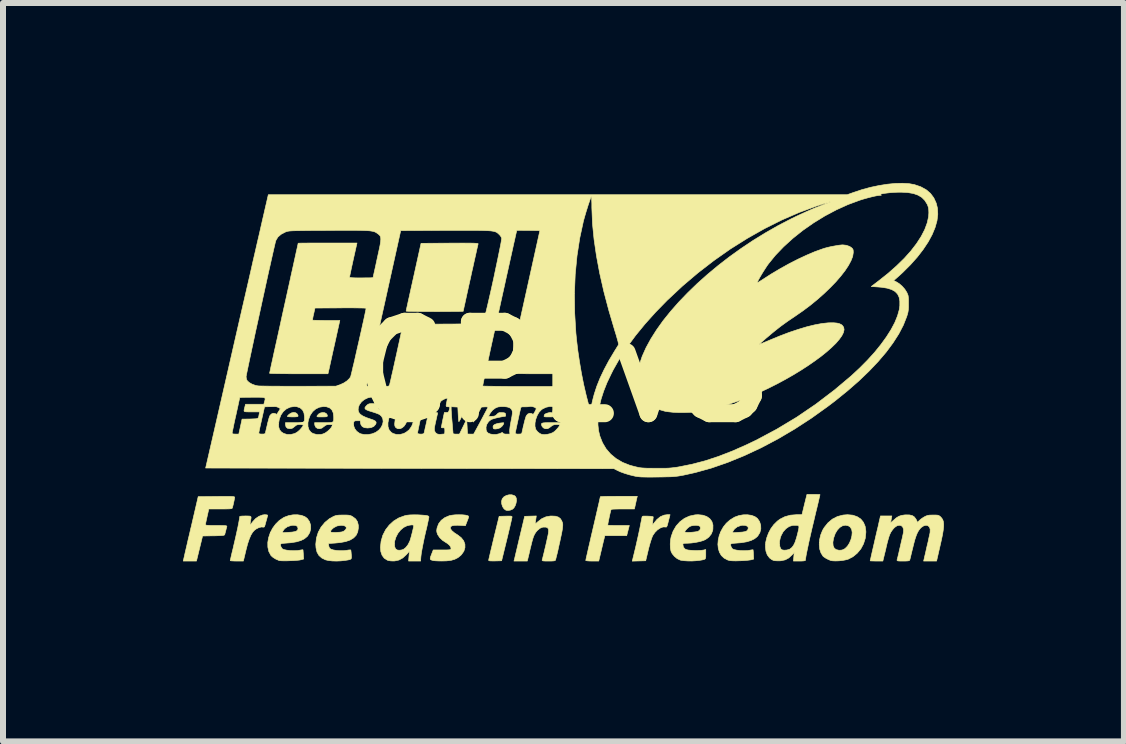
<source format=kicad_pcb>
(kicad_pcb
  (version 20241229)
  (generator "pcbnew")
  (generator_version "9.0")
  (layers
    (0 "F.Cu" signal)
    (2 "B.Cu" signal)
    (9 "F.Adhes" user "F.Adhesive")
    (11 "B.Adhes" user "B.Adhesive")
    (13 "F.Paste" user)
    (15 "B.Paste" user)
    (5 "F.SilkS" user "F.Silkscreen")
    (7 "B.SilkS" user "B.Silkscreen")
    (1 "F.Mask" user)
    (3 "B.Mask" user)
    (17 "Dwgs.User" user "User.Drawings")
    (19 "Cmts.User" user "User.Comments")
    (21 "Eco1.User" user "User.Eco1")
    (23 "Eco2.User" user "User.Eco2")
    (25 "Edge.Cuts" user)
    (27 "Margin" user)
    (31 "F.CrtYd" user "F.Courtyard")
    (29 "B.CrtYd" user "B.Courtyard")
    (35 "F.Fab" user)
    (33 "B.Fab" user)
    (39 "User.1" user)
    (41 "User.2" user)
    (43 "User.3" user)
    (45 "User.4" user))
  (footprint "GPLv3"
    (layer "F.Cu")
    (at 6.344 3.149)
    (property "Reference" "GPLv3" (at 0 0 0) (layer "F.SilkS") (effects (font (size 1.524 1.524) (thickness 0.3))))
    (attr through_hole)
    (fp_poly (pts (xy -4.463 0.683) (xy -4.44 0.701) (xy -4.427 0.723) (xy -4.425 0.738) (xy -4.437 0.747) (xy -4.466 0.75) (xy -4.514 0.751) (xy -4.514 0.751) (xy -4.554 0.75) (xy -4.586 0.748) (xy -4.602 0.744) (xy -4.604 0.742) (xy -4.596 0.729) (xy -4.578 0.711) (xy -4.571 0.705) (xy -4.535 0.684) (xy -4.497 0.676) (xy -4.463 0.683)) (stroke (width 0.01) (type solid)) (fill yes) (layer "F.SilkS"))
    (fp_poly (pts (xy -3.982 0.681) (xy -3.955 0.695) (xy -3.939 0.718) (xy -3.937 0.734) (xy -3.94 0.742) (xy -3.951 0.748) (xy -3.974 0.75) (xy -4.013 0.751) (xy -4.027 0.751) (xy -4.071 0.751) (xy -4.097 0.75) (xy -4.109 0.746) (xy -4.11 0.739) (xy -4.107 0.731) (xy -4.083 0.703) (xy -4.051 0.685) (xy -4.016 0.678) (xy -3.982 0.681)) (stroke (width 0.01) (type solid)) (fill yes) (layer "F.SilkS"))
    (fp_poly (pts (xy -2.641 0.684) (xy -2.616 0.704) (xy -2.605 0.74) (xy -2.604 0.763) (xy -2.611 0.815) (xy -2.629 0.863) (xy -2.656 0.903) (xy -2.689 0.932) (xy -2.725 0.948) (xy -2.761 0.948) (xy -2.778 0.94) (xy -2.802 0.922) (xy -2.812 0.9) (xy -2.815 0.868) (xy -2.808 0.807) (xy -2.789 0.755) (xy -2.759 0.713) (xy -2.722 0.687) (xy -2.68 0.677) (xy -2.641 0.684)) (stroke (width 0.01) (type solid)) (fill yes) (layer "F.SilkS"))
    (fp_poly (pts (xy -0.998 0.849) (xy -0.995 0.851) (xy -1.003 0.876) (xy -1.023 0.904) (xy -1.05 0.928) (xy -1.062 0.935) (xy -1.096 0.947) (xy -1.13 0.952) (xy -1.157 0.951) (xy -1.168 0.945) (xy -1.173 0.93) (xy -1.175 0.913) (xy -1.168 0.892) (xy -1.145 0.876) (xy -1.14 0.874) (xy -1.114 0.865) (xy -1.08 0.857) (xy -1.046 0.852) (xy -1.016 0.849) (xy -0.998 0.849)) (stroke (width 0.01) (type solid)) (fill yes) (layer "F.SilkS"))
    (fp_poly (pts (xy -0.821 2.062) (xy -0.803 2.075) (xy -0.788 2.104) (xy -0.784 2.144) (xy -0.791 2.188) (xy -0.806 2.232) (xy -0.828 2.269) (xy -0.85 2.289) (xy -0.887 2.305) (xy -0.928 2.311) (xy -0.959 2.307) (xy -0.991 2.284) (xy -1.016 2.247) (xy -1.03 2.203) (xy -1.033 2.157) (xy -1.022 2.117) (xy -0.994 2.084) (xy -0.954 2.061) (xy -0.908 2.049) (xy -0.862 2.049) (xy -0.821 2.062)) (stroke (width 0.01) (type solid)) (fill yes) (layer "F.SilkS"))
    (fp_poly (pts (xy -0.183 0.684) (xy -0.163 0.703) (xy -0.159 0.727) (xy -0.16 0.739) (xy -0.166 0.746) (xy -0.182 0.75) (xy -0.212 0.751) (xy -0.245 0.751) (xy -0.287 0.751) (xy -0.312 0.749) (xy -0.323 0.744) (xy -0.325 0.737) (xy -0.324 0.735) (xy -0.318 0.718) (xy -0.318 0.714) (xy -0.308 0.704) (xy -0.286 0.693) (xy -0.257 0.684) (xy -0.229 0.678) (xy -0.22 0.677) (xy -0.183 0.684)) (stroke (width 0.01) (type solid)) (fill yes) (layer "F.SilkS"))
    (fp_poly (pts (xy -0.885 2.404) (xy -0.867 2.407) (xy -0.859 2.412) (xy -0.858 2.421) (xy -0.861 2.435) (xy -0.868 2.468) (xy -0.879 2.516) (xy -0.893 2.577) (xy -0.91 2.648) (xy -0.929 2.728) (xy -0.945 2.794) (xy -1.032 3.149) (xy -1.14 3.152) (xy -1.192 3.152) (xy -1.225 3.151) (xy -1.243 3.148) (xy -1.248 3.141) (xy -1.248 3.141) (xy -1.246 3.128) (xy -1.239 3.097) (xy -1.228 3.05) (xy -1.214 2.989) (xy -1.197 2.919) (xy -1.178 2.839) (xy -1.161 2.768) (xy -1.073 2.408) (xy -0.965 2.405) (xy -0.916 2.404) (xy -0.885 2.404)) (stroke (width 0.01) (type solid)) (fill yes) (layer "F.SilkS"))
    (fp_poly (pts (xy -1.604 -2.146) (xy -1.541 -2.146) (xy -1.494 -2.145) (xy -1.46 -2.143) (xy -1.438 -2.141) (xy -1.426 -2.138) (xy -1.423 -2.135) (xy -1.426 -2.123) (xy -1.433 -2.093) (xy -1.444 -2.046) (xy -1.457 -1.986) (xy -1.473 -1.915) (xy -1.491 -1.835) (xy -1.51 -1.748) (xy -1.531 -1.656) (xy -1.551 -1.563) (xy -1.572 -1.47) (xy -1.592 -1.379) (xy -1.611 -1.293) (xy -1.628 -1.215) (xy -1.643 -1.145) (xy -1.656 -1.088) (xy -1.665 -1.045) (xy -1.671 -1.018) (xy -1.672 -1.01) (xy -1.682 -1.009) (xy -1.712 -1.008) (xy -1.758 -1.007) (xy -1.819 -1.007) (xy -1.893 -1.006) (xy -1.977 -1.006) (xy -2.07 -1.005) (xy -2.148 -1.005) (xy -2.247 -1.006) (xy -2.338 -1.006) (xy -2.42 -1.007) (xy -2.491 -1.008) (xy -2.55 -1.009) (xy -2.592 -1.01) (xy -2.618 -1.012) (xy -2.624 -1.013) (xy -2.622 -1.025) (xy -2.616 -1.055) (xy -2.605 -1.102) (xy -2.592 -1.164) (xy -2.575 -1.239) (xy -2.556 -1.326) (xy -2.535 -1.421) (xy -2.512 -1.524) (xy -2.499 -1.582) (xy -2.375 -2.143) (xy -1.897 -2.146) (xy -1.78 -2.146) (xy -1.683 -2.147) (xy -1.604 -2.146)) (stroke (width 0.01) (type solid)) (fill yes) (layer "F.SilkS"))
    (fp_poly (pts (xy 1.749 2.487) (xy 1.737 2.534) (xy 1.728 2.565) (xy 1.72 2.581) (xy 1.712 2.588) (xy 1.701 2.587) (xy 1.698 2.586) (xy 1.657 2.586) (xy 1.613 2.603) (xy 1.567 2.633) (xy 1.525 2.675) (xy 1.49 2.725) (xy 1.485 2.735) (xy 1.473 2.764) (xy 1.458 2.808) (xy 1.441 2.863) (xy 1.424 2.925) (xy 1.413 2.969) (xy 1.37 3.149) (xy 1.258 3.152) (xy 1.146 3.155) (xy 1.192 2.966) (xy 1.21 2.89) (xy 1.229 2.805) (xy 1.248 2.721) (xy 1.264 2.645) (xy 1.271 2.614) (xy 1.282 2.556) (xy 1.292 2.504) (xy 1.301 2.462) (xy 1.306 2.434) (xy 1.308 2.426) (xy 1.311 2.414) (xy 1.319 2.407) (xy 1.335 2.404) (xy 1.364 2.404) (xy 1.405 2.405) (xy 1.449 2.407) (xy 1.48 2.411) (xy 1.495 2.417) (xy 1.496 2.418) (xy 1.494 2.434) (xy 1.491 2.463) (xy 1.488 2.492) (xy 1.485 2.527) (xy 1.485 2.543) (xy 1.488 2.545) (xy 1.497 2.533) (xy 1.5 2.53) (xy 1.557 2.461) (xy 1.615 2.414) (xy 1.677 2.388) (xy 1.727 2.381) (xy 1.776 2.381) (xy 1.749 2.487)) (stroke (width 0.01) (type solid)) (fill yes) (layer "F.SilkS"))
    (fp_poly (pts (xy -4.953 2.383) (xy -4.935 2.387) (xy -4.932 2.39) (xy -4.935 2.404) (xy -4.942 2.432) (xy -4.947 2.451) (xy -4.959 2.493) (xy -4.971 2.536) (xy -4.974 2.548) (xy -4.983 2.577) (xy -4.993 2.588) (xy -5.006 2.588) (xy -5.039 2.586) (xy -5.08 2.597) (xy -5.122 2.618) (xy -5.153 2.641) (xy -5.184 2.676) (xy -5.213 2.725) (xy -5.24 2.789) (xy -5.267 2.87) (xy -5.293 2.97) (xy -5.297 2.987) (xy -5.337 3.154) (xy -5.446 3.154) (xy -5.492 3.153) (xy -5.528 3.151) (xy -5.551 3.149) (xy -5.556 3.147) (xy -5.554 3.135) (xy -5.547 3.105) (xy -5.537 3.061) (xy -5.524 3.005) (xy -5.508 2.941) (xy -5.499 2.9) (xy -5.481 2.824) (xy -5.463 2.745) (xy -5.446 2.668) (xy -5.43 2.595) (xy -5.417 2.53) (xy -5.407 2.475) (xy -5.4 2.435) (xy -5.398 2.412) (xy -5.397 2.411) (xy -5.388 2.407) (xy -5.361 2.404) (xy -5.324 2.403) (xy -5.302 2.402) (xy -5.255 2.403) (xy -5.226 2.405) (xy -5.212 2.413) (xy -5.208 2.431) (xy -5.213 2.461) (xy -5.218 2.487) (xy -5.223 2.519) (xy -5.225 2.541) (xy -5.224 2.548) (xy -5.216 2.542) (xy -5.2 2.523) (xy -5.181 2.498) (xy -5.133 2.446) (xy -5.077 2.408) (xy -5.019 2.386) (xy -4.982 2.381) (xy -4.953 2.383)) (stroke (width 0.01) (type solid)) (fill yes) (layer "F.SilkS"))
    (fp_poly (pts (xy 4.822 2.389) (xy 4.895 2.414) (xy 4.955 2.453) (xy 4.999 2.507) (xy 5.028 2.574) (xy 5.04 2.655) (xy 5.04 2.678) (xy 5.03 2.775) (xy 5.001 2.867) (xy 4.956 2.951) (xy 4.896 3.023) (xy 4.824 3.082) (xy 4.745 3.123) (xy 4.704 3.134) (xy 4.651 3.144) (xy 4.593 3.15) (xy 4.536 3.152) (xy 4.488 3.15) (xy 4.456 3.145) (xy 4.416 3.129) (xy 4.375 3.108) (xy 4.342 3.086) (xy 4.326 3.073) (xy 4.292 3.019) (xy 4.27 2.953) (xy 4.263 2.879) (xy 4.265 2.842) (xy 4.49 2.842) (xy 4.494 2.897) (xy 4.512 2.937) (xy 4.544 2.963) (xy 4.592 2.974) (xy 4.603 2.974) (xy 4.644 2.97) (xy 4.68 2.954) (xy 4.696 2.943) (xy 4.734 2.905) (xy 4.766 2.855) (xy 4.791 2.796) (xy 4.807 2.735) (xy 4.812 2.677) (xy 4.804 2.628) (xy 4.801 2.622) (xy 4.778 2.586) (xy 4.747 2.566) (xy 4.699 2.556) (xy 4.651 2.566) (xy 4.606 2.593) (xy 4.565 2.637) (xy 4.53 2.694) (xy 4.505 2.764) (xy 4.502 2.772) (xy 4.49 2.842) (xy 4.265 2.842) (xy 4.268 2.8) (xy 4.287 2.719) (xy 4.318 2.642) (xy 4.345 2.596) (xy 4.409 2.516) (xy 4.483 2.454) (xy 4.567 2.411) (xy 4.66 2.387) (xy 4.735 2.381) (xy 4.822 2.389)) (stroke (width 0.01) (type solid)) (fill yes) (layer "F.SilkS"))
    (fp_poly (pts (xy -5.573 2.076) (xy -5.534 2.077) (xy -5.507 2.079) (xy -5.492 2.082) (xy -5.484 2.086) (xy -5.482 2.089) (xy -5.484 2.106) (xy -5.49 2.138) (xy -5.498 2.176) (xy -5.507 2.216) (xy -5.516 2.251) (xy -5.52 2.267) (xy -5.524 2.274) (xy -5.533 2.279) (xy -5.549 2.282) (xy -5.575 2.284) (xy -5.616 2.285) (xy -5.672 2.286) (xy -5.719 2.286) (xy -5.913 2.286) (xy -5.941 2.41) (xy -5.952 2.46) (xy -5.961 2.502) (xy -5.967 2.533) (xy -5.969 2.548) (xy -5.964 2.553) (xy -5.947 2.557) (xy -5.915 2.559) (xy -5.868 2.561) (xy -5.801 2.561) (xy -5.788 2.561) (xy -5.723 2.561) (xy -5.675 2.562) (xy -5.643 2.563) (xy -5.624 2.566) (xy -5.615 2.57) (xy -5.612 2.575) (xy -5.613 2.58) (xy -5.619 2.601) (xy -5.627 2.633) (xy -5.63 2.646) (xy -5.639 2.679) (xy -5.646 2.705) (xy -5.647 2.712) (xy -5.651 2.718) (xy -5.661 2.723) (xy -5.678 2.727) (xy -5.707 2.729) (xy -5.751 2.731) (xy -5.811 2.733) (xy -5.835 2.733) (xy -6.017 2.736) (xy -6.068 2.945) (xy -6.119 3.154) (xy -6.339 3.154) (xy -6.333 3.125) (xy -6.329 3.109) (xy -6.321 3.074) (xy -6.31 3.024) (xy -6.295 2.959) (xy -6.277 2.882) (xy -6.257 2.794) (xy -6.234 2.699) (xy -6.211 2.598) (xy -6.208 2.588) (xy -6.09 2.08) (xy -5.786 2.077) (xy -5.697 2.076) (xy -5.626 2.076) (xy -5.573 2.076)) (stroke (width 0.01) (type solid)) (fill yes) (layer "F.SilkS"))
    (fp_poly (pts (xy 1.224 2.098) (xy 1.219 2.119) (xy 1.211 2.154) (xy 1.202 2.196) (xy 1.2 2.204) (xy 1.182 2.286) (xy 0.988 2.286) (xy 0.92 2.286) (xy 0.87 2.287) (xy 0.835 2.288) (xy 0.812 2.29) (xy 0.799 2.294) (xy 0.792 2.299) (xy 0.789 2.307) (xy 0.788 2.31) (xy 0.775 2.364) (xy 0.763 2.418) (xy 0.753 2.468) (xy 0.744 2.51) (xy 0.739 2.541) (xy 0.739 2.555) (xy 0.739 2.556) (xy 0.751 2.558) (xy 0.78 2.559) (xy 0.824 2.56) (xy 0.877 2.561) (xy 0.921 2.561) (xy 1.097 2.561) (xy 1.075 2.646) (xy 1.053 2.731) (xy 0.689 2.731) (xy 0.679 2.77) (xy 0.673 2.794) (xy 0.663 2.834) (xy 0.651 2.885) (xy 0.637 2.944) (xy 0.628 2.982) (xy 0.587 3.154) (xy 0.479 3.154) (xy 0.431 3.153) (xy 0.395 3.15) (xy 0.374 3.146) (xy 0.37 3.144) (xy 0.373 3.132) (xy 0.379 3.101) (xy 0.39 3.054) (xy 0.404 2.992) (xy 0.421 2.917) (xy 0.441 2.832) (xy 0.462 2.738) (xy 0.486 2.637) (xy 0.492 2.61) (xy 0.516 2.508) (xy 0.538 2.413) (xy 0.558 2.326) (xy 0.576 2.248) (xy 0.591 2.184) (xy 0.602 2.133) (xy 0.61 2.098) (xy 0.614 2.082) (xy 0.614 2.081) (xy 0.624 2.079) (xy 0.653 2.078) (xy 0.697 2.076) (xy 0.755 2.075) (xy 0.824 2.075) (xy 0.9 2.074) (xy 0.922 2.074) (xy 1.23 2.074) (xy 1.224 2.098)) (stroke (width 0.01) (type solid)) (fill yes) (layer "F.SilkS"))
    (fp_poly (pts (xy -1.684 2.383) (xy -1.635 2.388) (xy -1.616 2.393) (xy -1.597 2.398) (xy -1.586 2.404) (xy -1.582 2.415) (xy -1.586 2.435) (xy -1.598 2.468) (xy -1.612 2.503) (xy -1.636 2.565) (xy -1.694 2.561) (xy -1.766 2.557) (xy -1.819 2.559) (xy -1.855 2.565) (xy -1.878 2.578) (xy -1.887 2.594) (xy -1.883 2.619) (xy -1.859 2.65) (xy -1.817 2.685) (xy -1.764 2.719) (xy -1.705 2.765) (xy -1.665 2.816) (xy -1.644 2.872) (xy -1.643 2.93) (xy -1.661 2.989) (xy -1.699 3.044) (xy -1.713 3.059) (xy -1.76 3.097) (xy -1.813 3.124) (xy -1.875 3.142) (xy -1.951 3.151) (xy -2.03 3.153) (xy -2.082 3.152) (xy -2.128 3.15) (xy -2.164 3.147) (xy -2.182 3.143) (xy -2.207 3.135) (xy -2.22 3.125) (xy -2.222 3.108) (xy -2.215 3.08) (xy -2.202 3.046) (xy -2.172 2.969) (xy -2.026 2.969) (xy -1.967 2.969) (xy -1.927 2.968) (xy -1.9 2.966) (xy -1.885 2.962) (xy -1.878 2.957) (xy -1.876 2.948) (xy -1.875 2.947) (xy -1.881 2.919) (xy -1.903 2.888) (xy -1.937 2.86) (xy -1.959 2.846) (xy -2.015 2.81) (xy -2.063 2.765) (xy -2.095 2.717) (xy -2.102 2.703) (xy -2.112 2.67) (xy -2.114 2.642) (xy -2.109 2.607) (xy -2.107 2.599) (xy -2.082 2.532) (xy -2.039 2.475) (xy -1.979 2.43) (xy -1.904 2.398) (xy -1.901 2.397) (xy -1.859 2.389) (xy -1.804 2.383) (xy -1.743 2.382) (xy -1.684 2.383)) (stroke (width 0.01) (type solid)) (fill yes) (layer "F.SilkS"))
    (fp_poly (pts (xy -2.421 2.384) (xy -2.354 2.388) (xy -2.306 2.392) (xy -2.273 2.397) (xy -2.254 2.404) (xy -2.245 2.413) (xy -2.244 2.421) (xy -2.246 2.436) (xy -2.253 2.468) (xy -2.263 2.514) (xy -2.275 2.571) (xy -2.29 2.635) (xy -2.297 2.662) (xy -2.321 2.767) (xy -2.341 2.865) (xy -2.358 2.952) (xy -2.371 3.026) (xy -2.378 3.085) (xy -2.381 3.125) (xy -2.381 3.154) (xy -2.583 3.154) (xy -2.576 3.072) (xy -2.569 2.99) (xy -2.62 3.047) (xy -2.68 3.102) (xy -2.744 3.137) (xy -2.813 3.152) (xy -2.842 3.153) (xy -2.882 3.151) (xy -2.919 3.145) (xy -2.937 3.139) (xy -2.989 3.106) (xy -3.025 3.057) (xy -3.046 2.995) (xy -3.052 2.926) (xy -3.045 2.86) (xy -2.818 2.86) (xy -2.815 2.913) (xy -2.801 2.949) (xy -2.774 2.969) (xy -2.74 2.974) (xy -2.704 2.97) (xy -2.671 2.96) (xy -2.667 2.958) (xy -2.629 2.928) (xy -2.593 2.882) (xy -2.563 2.823) (xy -2.56 2.816) (xy -2.551 2.786) (xy -2.539 2.745) (xy -2.527 2.698) (xy -2.515 2.65) (xy -2.505 2.607) (xy -2.499 2.575) (xy -2.498 2.561) (xy -2.507 2.553) (xy -2.532 2.551) (xy -2.569 2.556) (xy -2.61 2.566) (xy -2.665 2.593) (xy -2.716 2.636) (xy -2.76 2.691) (xy -2.793 2.754) (xy -2.814 2.82) (xy -2.818 2.86) (xy -3.045 2.86) (xy -3.041 2.822) (xy -3.012 2.723) (xy -2.966 2.633) (xy -2.905 2.554) (xy -2.831 2.486) (xy -2.745 2.434) (xy -2.649 2.399) (xy -2.617 2.391) (xy -2.562 2.385) (xy -2.49 2.383) (xy -2.421 2.384)) (stroke (width 0.01) (type solid)) (fill yes) (layer "F.SilkS"))
    (fp_poly (pts (xy -4.37 2.392) (xy -4.313 2.413) (xy -4.273 2.442) (xy -4.235 2.495) (xy -4.216 2.556) (xy -4.215 2.619) (xy -4.231 2.68) (xy -4.265 2.735) (xy -4.274 2.745) (xy -4.319 2.782) (xy -4.377 2.811) (xy -4.451 2.833) (xy -4.541 2.848) (xy -4.617 2.854) (xy -4.666 2.858) (xy -4.698 2.862) (xy -4.714 2.87) (xy -4.719 2.883) (xy -4.714 2.903) (xy -4.709 2.919) (xy -4.689 2.949) (xy -4.664 2.962) (xy -4.616 2.972) (xy -4.557 2.979) (xy -4.494 2.981) (xy -4.436 2.979) (xy -4.409 2.975) (xy -4.375 2.969) (xy -4.352 2.966) (xy -4.344 2.966) (xy -4.342 2.977) (xy -4.34 3.004) (xy -4.337 3.04) (xy -4.337 3.044) (xy -4.332 3.12) (xy -4.375 3.132) (xy -4.404 3.138) (xy -4.447 3.142) (xy -4.499 3.146) (xy -4.557 3.148) (xy -4.614 3.15) (xy -4.667 3.15) (xy -4.709 3.149) (xy -4.737 3.146) (xy -4.741 3.145) (xy -4.795 3.122) (xy -4.841 3.094) (xy -4.875 3.064) (xy -4.879 3.058) (xy -4.913 2.994) (xy -4.929 2.921) (xy -4.93 2.843) (xy -4.916 2.763) (xy -4.889 2.683) (xy -4.888 2.681) (xy -4.69 2.681) (xy -4.584 2.675) (xy -4.525 2.671) (xy -4.483 2.664) (xy -4.455 2.655) (xy -4.45 2.652) (xy -4.43 2.632) (xy -4.426 2.606) (xy -4.426 2.606) (xy -4.438 2.576) (xy -4.467 2.56) (xy -4.511 2.557) (xy -4.54 2.561) (xy -4.602 2.581) (xy -4.649 2.614) (xy -4.674 2.648) (xy -4.69 2.681) (xy -4.888 2.681) (xy -4.85 2.607) (xy -4.799 2.538) (xy -4.739 2.478) (xy -4.669 2.431) (xy -4.649 2.421) (xy -4.581 2.396) (xy -4.508 2.383) (xy -4.436 2.382) (xy -4.37 2.392)) (stroke (width 0.01) (type solid)) (fill yes) (layer "F.SilkS"))
    (fp_poly (pts (xy 3.134 2.392) (xy 3.19 2.413) (xy 3.231 2.442) (xy 3.268 2.495) (xy 3.287 2.556) (xy 3.289 2.619) (xy 3.273 2.68) (xy 3.239 2.735) (xy 3.23 2.745) (xy 3.185 2.782) (xy 3.126 2.811) (xy 3.053 2.833) (xy 2.963 2.848) (xy 2.887 2.854) (xy 2.837 2.858) (xy 2.806 2.862) (xy 2.789 2.87) (xy 2.785 2.883) (xy 2.79 2.903) (xy 2.795 2.919) (xy 2.814 2.949) (xy 2.84 2.962) (xy 2.887 2.972) (xy 2.947 2.979) (xy 3.01 2.981) (xy 3.068 2.979) (xy 3.095 2.975) (xy 3.128 2.969) (xy 3.152 2.966) (xy 3.16 2.966) (xy 3.161 2.977) (xy 3.164 3.004) (xy 3.166 3.04) (xy 3.166 3.045) (xy 3.17 3.121) (xy 3.128 3.133) (xy 3.101 3.137) (xy 3.059 3.142) (xy 3.006 3.146) (xy 2.949 3.149) (xy 2.937 3.149) (xy 2.873 3.151) (xy 2.825 3.15) (xy 2.789 3.148) (xy 2.76 3.143) (xy 2.736 3.136) (xy 2.677 3.105) (xy 2.631 3.062) (xy 2.599 3.007) (xy 2.58 2.944) (xy 2.573 2.875) (xy 2.579 2.802) (xy 2.596 2.728) (xy 2.615 2.681) (xy 2.813 2.681) (xy 2.919 2.675) (xy 2.98 2.671) (xy 3.023 2.664) (xy 3.05 2.654) (xy 3.053 2.653) (xy 3.073 2.63) (xy 3.08 2.603) (xy 3.072 2.58) (xy 3.067 2.575) (xy 3.03 2.559) (xy 2.981 2.557) (xy 2.954 2.562) (xy 2.895 2.584) (xy 2.851 2.618) (xy 2.83 2.648) (xy 2.813 2.681) (xy 2.615 2.681) (xy 2.625 2.655) (xy 2.664 2.586) (xy 2.714 2.523) (xy 2.775 2.469) (xy 2.845 2.426) (xy 2.854 2.421) (xy 2.923 2.396) (xy 2.996 2.383) (xy 3.067 2.382) (xy 3.134 2.392)) (stroke (width 0.01) (type solid)) (fill yes) (layer "F.SilkS"))
    (fp_poly (pts (xy -3.621 2.387) (xy -3.585 2.389) (xy -3.559 2.394) (xy -3.536 2.402) (xy -3.514 2.415) (xy -3.465 2.452) (xy -3.435 2.498) (xy -3.421 2.555) (xy -3.42 2.603) (xy -3.431 2.669) (xy -3.457 2.724) (xy -3.499 2.768) (xy -3.557 2.803) (xy -3.632 2.829) (xy -3.725 2.846) (xy -3.807 2.854) (xy -3.916 2.861) (xy -3.916 2.89) (xy -3.909 2.92) (xy -3.897 2.942) (xy -3.874 2.957) (xy -3.835 2.969) (xy -3.785 2.977) (xy -3.729 2.981) (xy -3.672 2.981) (xy -3.621 2.976) (xy -3.585 2.97) (xy -3.559 2.968) (xy -3.547 2.969) (xy -3.544 2.981) (xy -3.541 3.008) (xy -3.538 3.045) (xy -3.537 3.046) (xy -3.535 3.082) (xy -3.536 3.105) (xy -3.544 3.12) (xy -3.563 3.129) (xy -3.595 3.136) (xy -3.641 3.143) (xy -3.711 3.151) (xy -3.784 3.154) (xy -3.856 3.152) (xy -3.918 3.145) (xy -3.966 3.134) (xy -3.967 3.134) (xy -4.03 3.103) (xy -4.078 3.06) (xy -4.11 3.004) (xy -4.126 2.934) (xy -4.13 2.873) (xy -4.119 2.771) (xy -4.089 2.675) (xy -4.082 2.662) (xy -3.885 2.662) (xy -3.876 2.672) (xy -3.85 2.676) (xy -3.805 2.677) (xy -3.784 2.676) (xy -3.732 2.673) (xy -3.696 2.668) (xy -3.672 2.66) (xy -3.654 2.65) (xy -3.627 2.622) (xy -3.62 2.597) (xy -3.632 2.577) (xy -3.66 2.563) (xy -3.705 2.558) (xy -3.709 2.558) (xy -3.776 2.569) (xy -3.832 2.598) (xy -3.859 2.622) (xy -3.879 2.646) (xy -3.885 2.662) (xy -4.082 2.662) (xy -4.042 2.588) (xy -3.979 2.511) (xy -3.903 2.448) (xy -3.836 2.411) (xy -3.807 2.399) (xy -3.778 2.392) (xy -3.742 2.388) (xy -3.694 2.387) (xy -3.672 2.387) (xy -3.621 2.387)) (stroke (width 0.01) (type solid)) (fill yes) (layer "F.SilkS"))
    (fp_poly (pts (xy 2.322 2.389) (xy 2.387 2.411) (xy 2.438 2.447) (xy 2.473 2.494) (xy 2.491 2.553) (xy 2.49 2.62) (xy 2.487 2.643) (xy 2.464 2.702) (xy 2.423 2.754) (xy 2.367 2.795) (xy 2.326 2.813) (xy 2.271 2.829) (xy 2.203 2.843) (xy 2.13 2.853) (xy 2.06 2.857) (xy 2.047 2.857) (xy 2.014 2.858) (xy 1.996 2.863) (xy 1.99 2.872) (xy 1.99 2.878) (xy 1.998 2.921) (xy 2.023 2.951) (xy 2.05 2.964) (xy 2.082 2.971) (xy 2.129 2.975) (xy 2.183 2.978) (xy 2.239 2.978) (xy 2.29 2.976) (xy 2.329 2.971) (xy 2.331 2.971) (xy 2.371 2.962) (xy 2.371 3.042) (xy 2.371 3.08) (xy 2.368 3.105) (xy 2.359 3.12) (xy 2.34 3.129) (xy 2.307 3.136) (xy 2.265 3.143) (xy 2.205 3.149) (xy 2.138 3.153) (xy 2.071 3.152) (xy 2.009 3.148) (xy 1.959 3.141) (xy 1.944 3.137) (xy 1.894 3.113) (xy 1.848 3.075) (xy 1.811 3.03) (xy 1.791 2.989) (xy 1.781 2.934) (xy 1.779 2.869) (xy 1.784 2.801) (xy 1.794 2.748) (xy 1.822 2.669) (xy 2.021 2.669) (xy 2.031 2.674) (xy 2.056 2.676) (xy 2.093 2.676) (xy 2.134 2.674) (xy 2.176 2.67) (xy 2.213 2.665) (xy 2.241 2.659) (xy 2.247 2.656) (xy 2.272 2.636) (xy 2.283 2.609) (xy 2.278 2.582) (xy 2.272 2.574) (xy 2.249 2.563) (xy 2.213 2.558) (xy 2.171 2.56) (xy 2.132 2.567) (xy 2.108 2.576) (xy 2.083 2.593) (xy 2.056 2.618) (xy 2.034 2.643) (xy 2.022 2.664) (xy 2.021 2.669) (xy 1.822 2.669) (xy 1.829 2.652) (xy 1.878 2.568) (xy 1.942 2.497) (xy 2.016 2.442) (xy 2.1 2.404) (xy 2.192 2.384) (xy 2.243 2.381) (xy 2.322 2.389)) (stroke (width 0.01) (type solid)) (fill yes) (layer "F.SilkS"))
    (fp_poly (pts (xy 4.212 2.043) (xy 4.248 2.044) (xy 4.27 2.045) (xy 4.276 2.047) (xy 4.273 2.058) (xy 4.266 2.087) (xy 4.256 2.132) (xy 4.242 2.192) (xy 4.225 2.263) (xy 4.205 2.344) (xy 4.184 2.433) (xy 4.175 2.473) (xy 4.145 2.597) (xy 4.118 2.714) (xy 4.094 2.82) (xy 4.074 2.914) (xy 4.057 2.995) (xy 4.044 3.061) (xy 4.036 3.11) (xy 4.032 3.14) (xy 4.032 3.144) (xy 4.022 3.148) (xy 3.996 3.152) (xy 3.958 3.154) (xy 3.932 3.154) (xy 3.832 3.154) (xy 3.839 3.083) (xy 3.845 3.012) (xy 3.81 3.051) (xy 3.755 3.102) (xy 3.695 3.134) (xy 3.624 3.149) (xy 3.605 3.15) (xy 3.562 3.15) (xy 3.524 3.148) (xy 3.499 3.143) (xy 3.472 3.13) (xy 3.442 3.108) (xy 3.433 3.1) (xy 3.396 3.05) (xy 3.374 2.988) (xy 3.366 2.919) (xy 3.368 2.875) (xy 3.601 2.875) (xy 3.608 2.919) (xy 3.624 2.952) (xy 3.643 2.967) (xy 3.678 2.973) (xy 3.722 2.97) (xy 3.762 2.96) (xy 3.775 2.953) (xy 3.808 2.927) (xy 3.835 2.891) (xy 3.859 2.842) (xy 3.881 2.776) (xy 3.895 2.726) (xy 3.91 2.665) (xy 3.92 2.622) (xy 3.924 2.593) (xy 3.923 2.575) (xy 3.916 2.565) (xy 3.903 2.56) (xy 3.887 2.558) (xy 3.823 2.558) (xy 3.762 2.577) (xy 3.708 2.614) (xy 3.661 2.666) (xy 3.626 2.732) (xy 3.614 2.766) (xy 3.602 2.822) (xy 3.601 2.875) (xy 3.368 2.875) (xy 3.37 2.843) (xy 3.388 2.766) (xy 3.417 2.688) (xy 3.456 2.614) (xy 3.506 2.546) (xy 3.565 2.488) (xy 3.609 2.455) (xy 3.691 2.414) (xy 3.782 2.389) (xy 3.883 2.381) (xy 3.975 2.381) (xy 4.016 2.212) (xy 4.058 2.043) (xy 4.167 2.043) (xy 4.212 2.043)) (stroke (width 0.01) (type solid)) (fill yes) (layer "F.SilkS"))
    (fp_poly (pts (xy -0.461 2.452) (xy -0.466 2.487) (xy -0.471 2.516) (xy -0.473 2.524) (xy -0.472 2.532) (xy -0.459 2.525) (xy -0.434 2.504) (xy -0.43 2.5) (xy -0.363 2.448) (xy -0.294 2.417) (xy -0.219 2.403) (xy -0.197 2.403) (xy -0.135 2.406) (xy -0.089 2.42) (xy -0.055 2.444) (xy -0.031 2.481) (xy -0.029 2.486) (xy -0.018 2.513) (xy -0.013 2.536) (xy -0.013 2.564) (xy -0.017 2.604) (xy -0.019 2.619) (xy -0.024 2.651) (xy -0.033 2.698) (xy -0.046 2.758) (xy -0.06 2.825) (xy -0.076 2.895) (xy -0.091 2.965) (xy -0.106 3.029) (xy -0.12 3.083) (xy -0.13 3.124) (xy -0.133 3.135) (xy -0.138 3.144) (xy -0.15 3.149) (xy -0.172 3.152) (xy -0.208 3.154) (xy -0.25 3.154) (xy -0.3 3.154) (xy -0.332 3.152) (xy -0.349 3.149) (xy -0.356 3.144) (xy -0.356 3.136) (xy -0.356 3.135) (xy -0.349 3.111) (xy -0.339 3.07) (xy -0.326 3.018) (xy -0.312 2.958) (xy -0.297 2.896) (xy -0.283 2.834) (xy -0.271 2.779) (xy -0.261 2.734) (xy -0.255 2.703) (xy -0.254 2.702) (xy -0.249 2.653) (xy -0.252 2.62) (xy -0.267 2.599) (xy -0.295 2.588) (xy -0.296 2.588) (xy -0.344 2.588) (xy -0.392 2.607) (xy -0.437 2.645) (xy -0.439 2.647) (xy -0.462 2.675) (xy -0.481 2.705) (xy -0.498 2.74) (xy -0.513 2.785) (xy -0.529 2.843) (xy -0.547 2.917) (xy -0.55 2.926) (xy -0.563 2.983) (xy -0.575 3.036) (xy -0.586 3.08) (xy -0.593 3.109) (xy -0.594 3.114) (xy -0.604 3.154) (xy -0.826 3.154) (xy -0.818 3.125) (xy -0.814 3.108) (xy -0.806 3.073) (xy -0.794 3.022) (xy -0.779 2.959) (xy -0.762 2.887) (xy -0.743 2.806) (xy -0.73 2.752) (xy -0.648 2.408) (xy -0.551 2.405) (xy -0.454 2.402) (xy -0.461 2.452)) (stroke (width 0.01) (type solid)) (fill yes) (layer "F.SilkS"))
    (fp_poly (pts (xy 5.767 2.385) (xy 5.814 2.396) (xy 5.848 2.418) (xy 5.875 2.454) (xy 5.88 2.463) (xy 5.901 2.509) (xy 5.931 2.478) (xy 5.957 2.455) (xy 5.993 2.43) (xy 6.015 2.417) (xy 6.045 2.402) (xy 6.072 2.393) (xy 6.103 2.388) (xy 6.146 2.387) (xy 6.161 2.387) (xy 6.206 2.387) (xy 6.236 2.389) (xy 6.256 2.395) (xy 6.272 2.405) (xy 6.286 2.417) (xy 6.307 2.441) (xy 6.323 2.468) (xy 6.333 2.499) (xy 6.337 2.537) (xy 6.336 2.585) (xy 6.329 2.645) (xy 6.317 2.718) (xy 6.298 2.808) (xy 6.275 2.91) (xy 6.219 3.154) (xy 6.003 3.154) (xy 6.013 3.111) (xy 6.018 3.087) (xy 6.028 3.046) (xy 6.04 2.994) (xy 6.053 2.934) (xy 6.063 2.892) (xy 6.078 2.83) (xy 6.09 2.772) (xy 6.101 2.723) (xy 6.109 2.687) (xy 6.111 2.672) (xy 6.112 2.622) (xy 6.099 2.586) (xy 6.074 2.564) (xy 6.042 2.557) (xy 6.004 2.567) (xy 5.964 2.593) (xy 5.943 2.615) (xy 5.919 2.647) (xy 5.898 2.685) (xy 5.879 2.731) (xy 5.859 2.79) (xy 5.839 2.864) (xy 5.821 2.937) (xy 5.806 2.997) (xy 5.793 3.051) (xy 5.783 3.094) (xy 5.775 3.124) (xy 5.772 3.135) (xy 5.767 3.144) (xy 5.755 3.149) (xy 5.732 3.152) (xy 5.695 3.154) (xy 5.661 3.154) (xy 5.613 3.154) (xy 5.582 3.152) (xy 5.566 3.149) (xy 5.56 3.143) (xy 5.56 3.135) (xy 5.566 3.113) (xy 5.576 3.074) (xy 5.588 3.024) (xy 5.601 2.965) (xy 5.616 2.902) (xy 5.63 2.839) (xy 5.644 2.781) (xy 5.655 2.73) (xy 5.663 2.693) (xy 5.667 2.672) (xy 5.668 2.622) (xy 5.654 2.586) (xy 5.63 2.564) (xy 5.597 2.557) (xy 5.559 2.566) (xy 5.52 2.593) (xy 5.5 2.614) (xy 5.477 2.643) (xy 5.458 2.671) (xy 5.442 2.703) (xy 5.427 2.742) (xy 5.412 2.792) (xy 5.395 2.855) (xy 5.376 2.935) (xy 5.376 2.937) (xy 5.363 2.992) (xy 5.35 3.043) (xy 5.34 3.085) (xy 5.333 3.112) (xy 5.333 3.114) (xy 5.323 3.154) (xy 5.217 3.154) (xy 5.173 3.153) (xy 5.138 3.152) (xy 5.116 3.151) (xy 5.112 3.15) (xy 5.114 3.139) (xy 5.121 3.11) (xy 5.131 3.065) (xy 5.144 3.007) (xy 5.16 2.938) (xy 5.178 2.861) (xy 5.19 2.808) (xy 5.209 2.725) (xy 5.227 2.648) (xy 5.244 2.578) (xy 5.257 2.519) (xy 5.267 2.474) (xy 5.274 2.445) (xy 5.276 2.437) (xy 5.283 2.402) (xy 5.473 2.402) (xy 5.466 2.442) (xy 5.46 2.474) (xy 5.454 2.501) (xy 5.453 2.503) (xy 5.455 2.51) (xy 5.469 2.502) (xy 5.496 2.479) (xy 5.5 2.475) (xy 5.547 2.434) (xy 5.59 2.408) (xy 5.634 2.393) (xy 5.687 2.385) (xy 5.704 2.384) (xy 5.767 2.385)) (stroke (width 0.01) (type solid)) (fill yes) (layer "F.SilkS"))
    (fp_poly (pts (xy 5.757 -3.138) (xy 5.848 -3.122) (xy 5.954 -3.086) (xy 6.044 -3.037) (xy 6.117 -2.975) (xy 6.173 -2.9) (xy 6.213 -2.812) (xy 6.234 -2.727) (xy 6.239 -2.627) (xy 6.226 -2.52) (xy 6.194 -2.406) (xy 6.145 -2.288) (xy 6.079 -2.166) (xy 5.996 -2.041) (xy 5.898 -1.914) (xy 5.784 -1.786) (xy 5.656 -1.658) (xy 5.596 -1.603) (xy 5.503 -1.521) (xy 5.545 -1.502) (xy 5.594 -1.472) (xy 5.644 -1.429) (xy 5.689 -1.378) (xy 5.722 -1.326) (xy 5.723 -1.324) (xy 5.735 -1.297) (xy 5.744 -1.273) (xy 5.748 -1.246) (xy 5.751 -1.212) (xy 5.751 -1.164) (xy 5.751 -1.138) (xy 5.751 -1.078) (xy 5.748 -1.033) (xy 5.742 -0.994) (xy 5.732 -0.956) (xy 5.721 -0.921) (xy 5.665 -0.779) (xy 5.589 -0.633) (xy 5.493 -0.483) (xy 5.378 -0.328) (xy 5.244 -0.171) (xy 5.092 -0.011) (xy 4.922 0.152) (xy 4.734 0.316) (xy 4.529 0.482) (xy 4.408 0.574) (xy 4.133 0.771) (xy 3.855 0.952) (xy 3.575 1.117) (xy 3.295 1.265) (xy 3.015 1.396) (xy 2.738 1.509) (xy 2.464 1.604) (xy 2.194 1.679) (xy 2 1.722) (xy 1.955 1.73) (xy 1.914 1.737) (xy 1.874 1.742) (xy 1.832 1.746) (xy 1.783 1.749) (xy 1.723 1.75) (xy 1.65 1.752) (xy 1.566 1.753) (xy 1.476 1.754) (xy 1.403 1.754) (xy 1.346 1.753) (xy 1.299 1.752) (xy 1.261 1.749) (xy 1.228 1.745) (xy 1.197 1.74) (xy 1.18 1.736) (xy 1.101 1.717) (xy 1.021 1.693) (xy 0.947 1.666) (xy 0.887 1.638) (xy 0.884 1.636) (xy 0.841 1.614) (xy -2.562 1.609) (xy -5.966 1.603) (xy -5.832 1.021) (xy -5.524 1.021) (xy -5.519 1.031) (xy -5.5 1.036) (xy -5.469 1.037) (xy -5.413 1.037) (xy -5.41 1.022) (xy -5.08 1.022) (xy -5.073 1.032) (xy -5.051 1.036) (xy -5.027 1.037) (xy -4.995 1.036) (xy -4.978 1.031) (xy -4.971 1.019) (xy -4.969 1.013) (xy -4.949 0.927) (xy -4.933 0.86) (xy -4.933 0.857) (xy -4.749 0.857) (xy -4.748 0.918) (xy -4.734 0.964) (xy -4.705 1) (xy -4.667 1.025) (xy -4.611 1.043) (xy -4.548 1.044) (xy -4.485 1.029) (xy -4.454 1.014) (xy -4.427 0.995) (xy -4.397 0.968) (xy -4.37 0.938) (xy -4.349 0.911) (xy -4.339 0.89) (xy -4.339 0.888) (xy -4.349 0.883) (xy -4.373 0.879) (xy -4.394 0.878) (xy -4.43 0.88) (xy -4.455 0.889) (xy -4.479 0.908) (xy -4.485 0.913) (xy -4.514 0.936) (xy -4.542 0.946) (xy -4.563 0.947) (xy -4.602 0.94) (xy -4.626 0.918) (xy -4.635 0.882) (xy -4.636 0.876) (xy -4.636 0.848) (xy -4.261 0.848) (xy -4.26 0.912) (xy -4.243 0.965) (xy -4.211 1.006) (xy -4.178 1.027) (xy -4.112 1.045) (xy -4.042 1.043) (xy -4.01 1.035) (xy -3.973 1.019) (xy -3.935 0.992) (xy -3.899 0.96) (xy -3.871 0.927) (xy -3.855 0.897) (xy -3.499 0.897) (xy -3.481 0.946) (xy -3.448 0.99) (xy -3.402 1.023) (xy -3.38 1.033) (xy -3.323 1.045) (xy -3.258 1.045) (xy -3.192 1.033) (xy -3.134 1.01) (xy -3.131 1.009) (xy -3.079 0.971) (xy -3.041 0.926) (xy -3.017 0.877) (xy -3.011 0.849) (xy -2.927 0.849) (xy -2.926 0.913) (xy -2.908 0.966) (xy -2.872 1.008) (xy -2.844 1.026) (xy -2.789 1.043) (xy -2.727 1.044) (xy -2.665 1.028) (xy -2.653 1.022) (xy -2.434 1.022) (xy -2.425 1.031) (xy -2.402 1.036) (xy -2.374 1.038) (xy -2.347 1.035) (xy -2.329 1.028) (xy -2.326 1.024) (xy -2.322 1.01) (xy -2.315 0.978) (xy -2.306 0.937) (xy -2.153 0.937) (xy -2.151 0.981) (xy -2.133 1.016) (xy -2.101 1.037) (xy -2.06 1.043) (xy -2.048 1.041) (xy -2.019 1.038) (xy -2.003 1.037) (xy -1.989 1.035) (xy -1.982 1.025) (xy -1.979 1.002) (xy -1.979 0.983) (xy -1.98 0.952) (xy -1.984 0.937) (xy -1.994 0.932) (xy -2.008 0.933) (xy -2.029 0.932) (xy -2.037 0.926) (xy -2.035 0.912) (xy -2.029 0.882) (xy -2.021 0.84) (xy -2.012 0.796) (xy -1.986 0.677) (xy -1.951 0.677) (xy -1.928 0.675) (xy -1.915 0.664) (xy -1.906 0.638) (xy -1.906 0.638) (xy -1.897 0.606) (xy -1.897 0.589) (xy -1.906 0.583) (xy -1.926 0.582) (xy -1.926 0.582) (xy -1.94 0.581) (xy -1.873 0.581) (xy -1.873 0.621) (xy -1.872 0.645) (xy -1.869 0.686) (xy -1.866 0.738) (xy -1.861 0.798) (xy -1.857 0.841) (xy -1.852 0.901) (xy -1.848 0.953) (xy -1.844 0.994) (xy -1.842 1.021) (xy -1.842 1.029) (xy -1.832 1.034) (xy -1.808 1.037) (xy -1.788 1.037) (xy -1.735 1.037) (xy -1.674 0.913) (xy -1.614 0.789) (xy -1.607 0.911) (xy -1.605 0.959) (xy -1.602 0.998) (xy -1.6 1.025) (xy -1.599 1.035) (xy -1.589 1.036) (xy -1.564 1.037) (xy -1.548 1.037) (xy -1.498 1.037) (xy -1.434 0.92) (xy -1.292 0.92) (xy -1.29 0.968) (xy -1.28 0.996) (xy -1.256 1.021) (xy -1.217 1.037) (xy -1.17 1.044) (xy -1.119 1.043) (xy -1.07 1.031) (xy -1.049 1.022) (xy -1.026 1.012) (xy -1.015 1.012) (xy -1.009 1.021) (xy -0.998 1.032) (xy -0.971 1.037) (xy -0.949 1.037) (xy -0.894 1.037) (xy -0.895 1.023) (xy -0.804 1.023) (xy -0.797 1.032) (xy -0.772 1.037) (xy -0.752 1.037) (xy -0.72 1.036) (xy -0.703 1.031) (xy -0.695 1.019) (xy -0.693 1.013) (xy -0.674 0.927) (xy -0.669 0.907) (xy -0.476 0.907) (xy -0.464 0.955) (xy -0.462 0.96) (xy -0.434 0.997) (xy -0.396 1.027) (xy -0.365 1.041) (xy -0.322 1.046) (xy -0.269 1.041) (xy -0.217 1.029) (xy -0.175 1.011) (xy -0.149 0.992) (xy -0.121 0.965) (xy -0.094 0.935) (xy -0.073 0.907) (xy -0.064 0.887) (xy -0.064 0.885) (xy 0.574 0.885) (xy 0.584 0.979) (xy 0.605 1.068) (xy 0.64 1.158) (xy 0.651 1.184) (xy 0.71 1.283) (xy 0.786 1.371) (xy 0.877 1.446) (xy 0.984 1.509) (xy 1.105 1.557) (xy 1.191 1.58) (xy 1.226 1.588) (xy 1.255 1.595) (xy 1.283 1.599) (xy 1.311 1.602) (xy 1.345 1.604) (xy 1.388 1.606) (xy 1.443 1.606) (xy 1.514 1.607) (xy 1.547 1.607) (xy 1.629 1.607) (xy 1.695 1.607) (xy 1.75 1.605) (xy 1.799 1.601) (xy 1.847 1.595) (xy 1.9 1.588) (xy 1.933 1.582) (xy 2.146 1.539) (xy 2.363 1.482) (xy 2.585 1.409) (xy 2.814 1.32) (xy 3.052 1.215) (xy 3.217 1.136) (xy 3.556 0.955) (xy 3.887 0.756) (xy 4.207 0.538) (xy 4.517 0.302) (xy 4.794 0.069) (xy 4.936 -0.063) (xy 5.067 -0.195) (xy 5.186 -0.326) (xy 5.291 -0.456) (xy 5.383 -0.583) (xy 5.461 -0.706) (xy 5.523 -0.823) (xy 5.568 -0.934) (xy 5.597 -1.037) (xy 5.606 -1.103) (xy 5.606 -1.18) (xy 5.594 -1.245) (xy 5.568 -1.298) (xy 5.527 -1.34) (xy 5.47 -1.372) (xy 5.396 -1.395) (xy 5.304 -1.41) (xy 5.245 -1.415) (xy 5.13 -1.423) (xy 5.256 -1.519) (xy 5.412 -1.643) (xy 5.553 -1.768) (xy 5.68 -1.892) (xy 5.791 -2.016) (xy 5.885 -2.138) (xy 5.962 -2.257) (xy 6.022 -2.373) (xy 6.063 -2.484) (xy 6.086 -2.589) (xy 6.09 -2.652) (xy 6.088 -2.701) (xy 6.083 -2.737) (xy 6.073 -2.77) (xy 6.061 -2.797) (xy 6.022 -2.859) (xy 5.972 -2.909) (xy 5.91 -2.946) (xy 5.833 -2.973) (xy 5.74 -2.989) (xy 5.631 -2.995) (xy 5.612 -2.995) (xy 5.558 -2.994) (xy 5.501 -2.991) (xy 5.444 -2.987) (xy 5.392 -2.981) (xy 5.345 -2.975) (xy 5.308 -2.968) (xy 5.283 -2.962) (xy 5.274 -2.956) (xy 5.281 -2.952) (xy 5.298 -2.946) (xy 5.296 -2.944) (xy 5.276 -2.943) (xy 5.238 -2.939) (xy 5.186 -2.929) (xy 5.123 -2.914) (xy 5.054 -2.896) (xy 4.984 -2.876) (xy 4.937 -2.861) (xy 4.742 -2.789) (xy 4.548 -2.701) (xy 4.356 -2.599) (xy 4.169 -2.484) (xy 3.991 -2.36) (xy 3.823 -2.226) (xy 3.669 -2.086) (xy 3.531 -1.942) (xy 3.418 -1.803) (xy 3.392 -1.767) (xy 3.364 -1.724) (xy 3.333 -1.676) (xy 3.303 -1.627) (xy 3.276 -1.581) (xy 3.253 -1.54) (xy 3.237 -1.509) (xy 3.23 -1.491) (xy 3.23 -1.487) (xy 3.24 -1.49) (xy 3.263 -1.504) (xy 3.296 -1.524) (xy 3.319 -1.539) (xy 3.462 -1.631) (xy 3.61 -1.719) (xy 3.761 -1.803) (xy 3.91 -1.879) (xy 4.054 -1.946) (xy 4.19 -2.004) (xy 4.315 -2.049) (xy 4.355 -2.062) (xy 4.408 -2.076) (xy 4.469 -2.09) (xy 4.532 -2.101) (xy 4.59 -2.111) (xy 4.637 -2.116) (xy 4.655 -2.117) (xy 4.716 -2.11) (xy 4.771 -2.09) (xy 4.802 -2.069) (xy 4.819 -2.052) (xy 4.828 -2.033) (xy 4.83 -2.004) (xy 4.83 -1.986) (xy 4.82 -1.923) (xy 4.792 -1.852) (xy 4.749 -1.772) (xy 4.692 -1.686) (xy 4.621 -1.595) (xy 4.539 -1.5) (xy 4.445 -1.403) (xy 4.343 -1.305) (xy 4.232 -1.207) (xy 4.115 -1.111) (xy 3.991 -1.018) (xy 3.864 -0.93) (xy 3.863 -0.929) (xy 3.802 -0.888) (xy 3.737 -0.844) (xy 3.676 -0.8) (xy 3.622 -0.761) (xy 3.604 -0.747) (xy 3.566 -0.717) (xy 3.522 -0.682) (xy 3.474 -0.643) (xy 3.426 -0.602) (xy 3.379 -0.563) (xy 3.337 -0.526) (xy 3.302 -0.496) (xy 3.277 -0.473) (xy 3.265 -0.46) (xy 3.264 -0.458) (xy 3.274 -0.461) (xy 3.3 -0.472) (xy 3.339 -0.488) (xy 3.388 -0.508) (xy 3.435 -0.528) (xy 3.602 -0.597) (xy 3.762 -0.658) (xy 3.915 -0.709) (xy 4.058 -0.752) (xy 4.189 -0.784) (xy 4.307 -0.806) (xy 4.41 -0.817) (xy 4.44 -0.818) (xy 4.508 -0.818) (xy 4.56 -0.813) (xy 4.6 -0.803) (xy 4.631 -0.788) (xy 4.646 -0.777) (xy 4.67 -0.744) (xy 4.677 -0.703) (xy 4.666 -0.655) (xy 4.639 -0.601) (xy 4.596 -0.541) (xy 4.54 -0.476) (xy 4.47 -0.408) (xy 4.389 -0.336) (xy 4.296 -0.261) (xy 4.193 -0.185) (xy 4.082 -0.108) (xy 3.962 -0.03) (xy 3.836 0.047) (xy 3.703 0.123) (xy 3.566 0.197) (xy 3.425 0.268) (xy 3.282 0.336) (xy 3.137 0.399) (xy 2.991 0.457) (xy 2.926 0.481) (xy 2.771 0.534) (xy 2.612 0.581) (xy 2.457 0.62) (xy 2.309 0.65) (xy 2.196 0.667) (xy 2.11 0.675) (xy 2.016 0.678) (xy 1.919 0.678) (xy 1.827 0.674) (xy 1.745 0.665) (xy 1.693 0.657) (xy 1.579 0.624) (xy 1.48 0.577) (xy 1.396 0.518) (xy 1.328 0.446) (xy 1.277 0.362) (xy 1.244 0.268) (xy 1.229 0.164) (xy 1.228 0.131) (xy 1.237 0.007) (xy 1.266 -0.124) (xy 1.312 -0.261) (xy 1.376 -0.404) (xy 1.456 -0.55) (xy 1.551 -0.7) (xy 1.66 -0.853) (xy 1.784 -1.007) (xy 1.92 -1.162) (xy 2.068 -1.316) (xy 2.227 -1.47) (xy 2.396 -1.621) (xy 2.575 -1.77) (xy 2.762 -1.915) (xy 2.957 -2.055) (xy 3.159 -2.19) (xy 3.367 -2.318) (xy 3.579 -2.439) (xy 3.797 -2.552) (xy 3.805 -2.556) (xy 3.881 -2.593) (xy 3.961 -2.63) (xy 4.04 -2.666) (xy 4.112 -2.698) (xy 4.172 -2.724) (xy 4.196 -2.734) (xy 4.252 -2.755) (xy 4.305 -2.776) (xy 4.349 -2.793) (xy 4.38 -2.805) (xy 4.387 -2.808) (xy 4.416 -2.82) (xy 4.426 -2.826) (xy 4.419 -2.826) (xy 4.397 -2.821) (xy 4.362 -2.81) (xy 4.314 -2.796) (xy 4.257 -2.777) (xy 4.214 -2.763) (xy 3.927 -2.657) (xy 3.639 -2.532) (xy 3.351 -2.388) (xy 3.066 -2.227) (xy 2.784 -2.05) (xy 2.509 -1.857) (xy 2.242 -1.651) (xy 1.984 -1.432) (xy 1.738 -1.202) (xy 1.732 -1.197) (xy 1.536 -0.996) (xy 1.36 -0.8) (xy 1.202 -0.607) (xy 1.061 -0.416) (xy 0.937 -0.225) (xy 0.828 -0.033) (xy 0.797 0.029) (xy 0.725 0.18) (xy 0.669 0.321) (xy 0.626 0.454) (xy 0.596 0.581) (xy 0.579 0.707) (xy 0.574 0.779) (xy 0.574 0.885) (xy -0.064 0.885) (xy -0.064 0.884) (xy -0.073 0.881) (xy -0.097 0.879) (xy -0.118 0.878) (xy -0.155 0.881) (xy -0.182 0.891) (xy -0.208 0.91) (xy -0.235 0.931) (xy -0.261 0.945) (xy -0.268 0.948) (xy -0.304 0.948) (xy -0.337 0.933) (xy -0.359 0.906) (xy -0.36 0.903) (xy -0.367 0.882) (xy -0.368 0.867) (xy -0.359 0.857) (xy -0.339 0.851) (xy -0.305 0.848) (xy -0.254 0.847) (xy -0.208 0.847) (xy -0.056 0.847) (xy -0.049 0.807) (xy -0.044 0.736) (xy -0.055 0.676) (xy -0.081 0.629) (xy -0.115 0.601) (xy -0.169 0.58) (xy -0.229 0.577) (xy -0.291 0.59) (xy -0.35 0.618) (xy -0.372 0.635) (xy -0.41 0.676) (xy -0.44 0.729) (xy -0.462 0.789) (xy -0.475 0.85) (xy -0.476 0.907) (xy -0.669 0.907) (xy -0.658 0.86) (xy -0.645 0.808) (xy -0.634 0.771) (xy -0.626 0.745) (xy -0.619 0.73) (xy -0.596 0.703) (xy -0.565 0.69) (xy -0.533 0.694) (xy -0.527 0.698) (xy -0.51 0.706) (xy -0.504 0.707) (xy -0.488 0.683) (xy -0.472 0.654) (xy -0.46 0.629) (xy -0.455 0.615) (xy -0.464 0.601) (xy -0.488 0.588) (xy -0.519 0.579) (xy -0.55 0.576) (xy -0.565 0.578) (xy -0.595 0.582) (xy -0.635 0.583) (xy -0.653 0.583) (xy -0.686 0.583) (xy -0.703 0.586) (xy -0.711 0.596) (xy -0.714 0.605) (xy -0.725 0.652) (xy -0.738 0.708) (xy -0.751 0.769) (xy -0.764 0.83) (xy -0.777 0.889) (xy -0.788 0.941) (xy -0.797 0.983) (xy -0.803 1.012) (xy -0.804 1.023) (xy -0.895 1.023) (xy -0.898 0.991) (xy -0.897 0.962) (xy -0.892 0.919) (xy -0.884 0.867) (xy -0.873 0.811) (xy -0.873 0.81) (xy -0.86 0.743) (xy -0.853 0.693) (xy -0.854 0.657) (xy -0.863 0.631) (xy -0.879 0.611) (xy -0.904 0.596) (xy -0.939 0.585) (xy -0.988 0.579) (xy -1.042 0.579) (xy -1.093 0.585) (xy -1.093 0.585) (xy -1.137 0.604) (xy -1.181 0.637) (xy -1.217 0.681) (xy -1.229 0.7) (xy -1.249 0.741) (xy -1.195 0.741) (xy -1.16 0.739) (xy -1.136 0.731) (xy -1.115 0.713) (xy -1.111 0.709) (xy -1.091 0.689) (xy -1.071 0.68) (xy -1.044 0.679) (xy -1.024 0.679) (xy -0.992 0.682) (xy -0.975 0.688) (xy -0.967 0.699) (xy -0.965 0.712) (xy -0.965 0.733) (xy -0.97 0.741) (xy -1 0.744) (xy -1.041 0.751) (xy -1.089 0.761) (xy -1.136 0.772) (xy -1.176 0.784) (xy -1.203 0.793) (xy -1.207 0.795) (xy -1.248 0.828) (xy -1.277 0.871) (xy -1.292 0.92) (xy -1.434 0.92) (xy -1.378 0.816) (xy -1.345 0.754) (xy -1.315 0.697) (xy -1.29 0.65) (xy -1.272 0.615) (xy -1.261 0.593) (xy -1.259 0.588) (xy -1.269 0.585) (xy -1.293 0.583) (xy -1.314 0.584) (xy -1.369 0.587) (xy -1.435 0.712) (xy -1.5 0.837) (xy -1.506 0.781) (xy -1.51 0.739) (xy -1.513 0.689) (xy -1.513 0.654) (xy -1.513 0.582) (xy -1.62 0.582) (xy -1.68 0.709) (xy -1.702 0.755) (xy -1.721 0.793) (xy -1.736 0.819) (xy -1.744 0.83) (xy -1.745 0.83) (xy -1.748 0.818) (xy -1.751 0.789) (xy -1.754 0.748) (xy -1.756 0.706) (xy -1.762 0.587) (xy -1.818 0.584) (xy -1.873 0.581) (xy -1.94 0.581) (xy -1.945 0.581) (xy -1.955 0.573) (xy -1.957 0.557) (xy -1.952 0.526) (xy -1.946 0.498) (xy -1.94 0.467) (xy -1.938 0.445) (xy -1.939 0.439) (xy -1.951 0.44) (xy -1.976 0.449) (xy -1.999 0.46) (xy -2.031 0.478) (xy -2.049 0.495) (xy -2.06 0.518) (xy -2.065 0.535) (xy -2.074 0.565) (xy -2.085 0.579) (xy -2.101 0.582) (xy -2.116 0.584) (xy -2.126 0.592) (xy -2.134 0.612) (xy -2.142 0.648) (xy -2.142 0.648) (xy -2.145 0.669) (xy -2.135 0.677) (xy -2.121 0.677) (xy -2.102 0.681) (xy -2.099 0.693) (xy -2.099 0.696) (xy -2.107 0.723) (xy -2.116 0.764) (xy -2.127 0.813) (xy -2.138 0.862) (xy -2.147 0.905) (xy -2.153 0.936) (xy -2.153 0.937) (xy -2.306 0.937) (xy -2.305 0.934) (xy -2.293 0.88) (xy -2.285 0.844) (xy -2.249 0.677) (xy -2.21 0.677) (xy -2.188 0.676) (xy -2.174 0.671) (xy -2.166 0.655) (xy -2.158 0.625) (xy -2.154 0.611) (xy -2.152 0.592) (xy -2.16 0.584) (xy -2.183 0.582) (xy -2.185 0.582) (xy -2.211 0.58) (xy -2.221 0.57) (xy -2.223 0.561) (xy -2.213 0.539) (xy -2.189 0.525) (xy -2.156 0.524) (xy -2.151 0.525) (xy -2.132 0.527) (xy -2.12 0.521) (xy -2.109 0.501) (xy -2.101 0.482) (xy -2.091 0.453) (xy -2.086 0.433) (xy -2.086 0.429) (xy -2.099 0.426) (xy -2.125 0.424) (xy -2.16 0.422) (xy -2.194 0.421) (xy -2.216 0.422) (xy -2.248 0.433) (xy -2.28 0.459) (xy -2.308 0.494) (xy -2.327 0.535) (xy -2.328 0.538) (xy -2.337 0.566) (xy -2.348 0.579) (xy -2.367 0.582) (xy -2.371 0.582) (xy -2.395 0.586) (xy -2.406 0.602) (xy -2.408 0.611) (xy -2.415 0.64) (xy -2.42 0.659) (xy -2.419 0.672) (xy -2.404 0.677) (xy -2.392 0.677) (xy -2.37 0.679) (xy -2.363 0.689) (xy -2.365 0.701) (xy -2.379 0.761) (xy -2.393 0.822) (xy -2.406 0.882) (xy -2.417 0.935) (xy -2.426 0.979) (xy -2.432 1.009) (xy -2.434 1.022) (xy -2.653 1.022) (xy -2.63 1.011) (xy -2.574 0.967) (xy -2.532 0.908) (xy -2.503 0.832) (xy -2.503 0.831) (xy -2.49 0.76) (xy -2.493 0.701) (xy -2.514 0.651) (xy -2.553 0.608) (xy -2.564 0.599) (xy -2.599 0.584) (xy -2.646 0.578) (xy -2.697 0.58) (xy -2.746 0.591) (xy -2.768 0.601) (xy -2.829 0.644) (xy -2.878 0.703) (xy -2.911 0.775) (xy -2.927 0.849) (xy -3.011 0.849) (xy -3.007 0.828) (xy -3.013 0.78) (xy -3.035 0.739) (xy -3.065 0.713) (xy -3.087 0.702) (xy -3.123 0.688) (xy -3.168 0.673) (xy -3.194 0.665) (xy -3.25 0.648) (xy -3.287 0.632) (xy -3.307 0.617) (xy -3.311 0.6) (xy -3.3 0.58) (xy -3.282 0.56) (xy -3.261 0.542) (xy -3.24 0.533) (xy -3.21 0.529) (xy -3.188 0.529) (xy -3.139 0.533) (xy -3.107 0.545) (xy -3.091 0.566) (xy -3.087 0.591) (xy -3.086 0.611) (xy -3.079 0.62) (xy -3.062 0.624) (xy -3.032 0.624) (xy -2.999 0.623) (xy -2.981 0.619) (xy -2.973 0.608) (xy -2.969 0.598) (xy -2.968 0.554) (xy -2.982 0.509) (xy -3.009 0.471) (xy -3.019 0.461) (xy -3.075 0.431) (xy -3.136 0.417) (xy -3.2 0.419) (xy -3.262 0.433) (xy -3.32 0.461) (xy -3.368 0.5) (xy -3.403 0.548) (xy -3.42 0.593) (xy -3.424 0.636) (xy -3.414 0.673) (xy -3.389 0.706) (xy -3.347 0.735) (xy -3.287 0.762) (xy -3.218 0.786) (xy -3.169 0.803) (xy -3.138 0.82) (xy -3.124 0.839) (xy -3.126 0.861) (xy -3.133 0.876) (xy -3.164 0.91) (xy -3.21 0.93) (xy -3.266 0.936) (xy -3.319 0.93) (xy -3.355 0.912) (xy -3.377 0.88) (xy -3.383 0.857) (xy -3.389 0.815) (xy -3.44 0.815) (xy -3.471 0.816) (xy -3.487 0.821) (xy -3.495 0.835) (xy -3.498 0.846) (xy -3.499 0.897) (xy -3.855 0.897) (xy -3.855 0.897) (xy -3.852 0.884) (xy -3.862 0.881) (xy -3.886 0.879) (xy -3.906 0.878) (xy -3.942 0.881) (xy -3.967 0.89) (xy -3.99 0.909) (xy -3.991 0.909) (xy -4.028 0.937) (xy -4.066 0.948) (xy -4.101 0.943) (xy -4.129 0.924) (xy -4.145 0.892) (xy -4.147 0.88) (xy -4.15 0.847) (xy -3.997 0.847) (xy -3.934 0.847) (xy -3.89 0.845) (xy -3.86 0.841) (xy -3.843 0.832) (xy -3.834 0.816) (xy -3.831 0.792) (xy -3.831 0.757) (xy -3.831 0.748) (xy -3.839 0.684) (xy -3.861 0.635) (xy -3.898 0.601) (xy -3.95 0.582) (xy -4 0.578) (xy -4.069 0.589) (xy -4.13 0.618) (xy -4.182 0.663) (xy -4.223 0.723) (xy -4.25 0.794) (xy -4.261 0.848) (xy -4.636 0.848) (xy -4.636 0.847) (xy -4.483 0.847) (xy -4.421 0.847) (xy -4.377 0.845) (xy -4.347 0.841) (xy -4.33 0.831) (xy -4.321 0.815) (xy -4.318 0.79) (xy -4.318 0.754) (xy -4.318 0.746) (xy -4.327 0.684) (xy -4.351 0.635) (xy -4.391 0.6) (xy -4.445 0.581) (xy -4.487 0.577) (xy -4.557 0.588) (xy -4.618 0.616) (xy -4.671 0.661) (xy -4.711 0.719) (xy -4.738 0.79) (xy -4.749 0.857) (xy -4.933 0.857) (xy -4.92 0.808) (xy -4.91 0.771) (xy -4.901 0.745) (xy -4.895 0.73) (xy -4.871 0.703) (xy -4.84 0.69) (xy -4.809 0.694) (xy -4.802 0.698) (xy -4.785 0.706) (xy -4.78 0.707) (xy -4.773 0.697) (xy -4.759 0.675) (xy -4.749 0.659) (xy -4.72 0.614) (xy -4.748 0.596) (xy -4.779 0.583) (xy -4.809 0.579) (xy -4.837 0.58) (xy -4.877 0.581) (xy -4.913 0.581) (xy -4.949 0.582) (xy -4.975 0.583) (xy -4.985 0.584) (xy -4.985 0.584) (xy -4.987 0.595) (xy -4.993 0.623) (xy -5.003 0.666) (xy -5.015 0.72) (xy -5.029 0.782) (xy -5.032 0.797) (xy -5.047 0.862) (xy -5.06 0.92) (xy -5.07 0.968) (xy -5.077 1.003) (xy -5.08 1.021) (xy -5.08 1.022) (xy -5.41 1.022) (xy -5.386 0.913) (xy -5.359 0.788) (xy -5.226 0.786) (xy -5.17 0.784) (xy -5.131 0.782) (xy -5.106 0.778) (xy -5.091 0.769) (xy -5.083 0.753) (xy -5.078 0.729) (xy -5.074 0.706) (xy -5.067 0.667) (xy -5.2 0.667) (xy -5.255 0.667) (xy -5.293 0.666) (xy -5.315 0.663) (xy -5.325 0.653) (xy -5.325 0.637) (xy -5.319 0.61) (xy -5.311 0.579) (xy -5.301 0.54) (xy -4.996 0.54) (xy -4.985 0.5) (xy -4.978 0.474) (xy -4.974 0.455) (xy -4.976 0.442) (xy -4.985 0.432) (xy -5.005 0.427) (xy -5.038 0.424) (xy -5.087 0.423) (xy -5.153 0.423) (xy -5.186 0.423) (xy -5.25 0.424) (xy -5.307 0.424) (xy -5.352 0.425) (xy -5.383 0.427) (xy -5.397 0.428) (xy -5.397 0.429) (xy -5.4 0.44) (xy -5.406 0.469) (xy -5.416 0.514) (xy -5.428 0.571) (xy -5.443 0.638) (xy -5.459 0.712) (xy -5.461 0.72) (xy -5.478 0.795) (xy -5.493 0.864) (xy -5.505 0.924) (xy -5.515 0.972) (xy -5.522 1.005) (xy -5.524 1.021) (xy -5.524 1.021) (xy -5.832 1.021) (xy -5.617 0.081) (xy -5.292 0.081) (xy -5.284 0.125) (xy -5.27 0.151) (xy -5.238 0.179) (xy -5.192 0.205) (xy -5.137 0.225) (xy -5.098 0.233) (xy -5.077 0.235) (xy -5.038 0.236) (xy -4.981 0.237) (xy -4.91 0.238) (xy -4.825 0.239) (xy -4.73 0.239) (xy -4.626 0.24) (xy -4.515 0.24) (xy -4.419 0.24) (xy -3.794 0.238) (xy -3.742 0.22) (xy -3.28 0.22) (xy -3.28 0.228) (xy -3.277 0.234) (xy -3.268 0.239) (xy -3.25 0.241) (xy -3.22 0.243) (xy -3.176 0.243) (xy -3.114 0.243) (xy -3.095 0.243) (xy -3.029 0.243) (xy -2.98 0.243) (xy -2.947 0.242) (xy -2.925 0.239) (xy -2.914 0.235) (xy -1.348 0.235) (xy -1.337 0.237) (xy -1.306 0.238) (xy -1.258 0.239) (xy -1.194 0.24) (xy -1.116 0.241) (xy -1.026 0.242) (xy -0.925 0.243) (xy -0.816 0.243) (xy -0.699 0.243) (xy -0.661 0.243) (xy -0.524 0.243) (xy -0.406 0.243) (xy -0.307 0.243) (xy -0.224 0.243) (xy -0.157 0.242) (xy -0.103 0.241) (xy -0.061 0.24) (xy -0.03 0.239) (xy -0.007 0.237) (xy 0.007 0.235) (xy 0.016 0.232) (xy 0.02 0.229) (xy 0.021 0.225) (xy 0.021 0.225) (xy 0.02 0.206) (xy 0.016 0.173) (xy 0.011 0.131) (xy 0.009 0.119) (xy -0.003 0.032) (xy -0.462 0.032) (xy -0.558 0.032) (xy -0.648 0.031) (xy -0.728 0.03) (xy -0.797 0.029) (xy -0.853 0.028) (xy -0.893 0.026) (xy -0.916 0.025) (xy -0.92 0.024) (xy -0.918 0.013) (xy -0.912 -0.018) (xy -0.901 -0.066) (xy -0.887 -0.132) (xy -0.869 -0.213) (xy -0.848 -0.308) (xy -0.824 -0.415) (xy -0.798 -0.535) (xy -0.769 -0.664) (xy -0.738 -0.803) (xy -0.706 -0.949) (xy -0.672 -1.101) (xy -0.657 -1.169) (xy -0.626 -1.308) (xy 0.182 -1.308) (xy 0.186 -0.982) (xy 0.206 -0.649) (xy 0.218 -0.529) (xy 0.239 -0.35) (xy 0.267 -0.163) (xy 0.299 0.025) (xy 0.336 0.211) (xy 0.377 0.387) (xy 0.419 0.55) (xy 0.431 0.593) (xy 0.448 0.651) (xy 0.467 0.557) (xy 0.479 0.499) (xy 0.495 0.435) (xy 0.511 0.375) (xy 0.513 0.368) (xy 0.555 0.239) (xy 0.609 0.104) (xy 0.676 -0.037) (xy 0.756 -0.187) (xy 0.852 -0.348) (xy 0.913 -0.446) (xy 0.916 -0.457) (xy 0.914 -0.478) (xy 0.907 -0.51) (xy 0.894 -0.556) (xy 0.876 -0.619) (xy 0.854 -0.69) (xy 0.756 -1.022) (xy 0.672 -1.34) (xy 0.603 -1.644) (xy 0.549 -1.934) (xy 0.509 -2.209) (xy 0.483 -2.469) (xy 0.473 -2.714) (xy 0.472 -2.738) (xy 0.472 -2.798) (xy 0.471 -2.831) (xy 4.434 -2.831) (xy 4.44 -2.826) (xy 4.445 -2.831) (xy 4.44 -2.836) (xy 4.434 -2.831) (xy 0.471 -2.831) (xy 0.47 -2.85) (xy 0.468 -2.891) (xy 0.466 -2.916) (xy 0.464 -2.923) (xy 0.457 -2.909) (xy 0.445 -2.879) (xy 0.43 -2.835) (xy 0.412 -2.783) (xy 0.394 -2.725) (xy 0.375 -2.665) (xy 0.358 -2.607) (xy 0.343 -2.554) (xy 0.333 -2.519) (xy 0.271 -2.233) (xy 0.225 -1.935) (xy 0.195 -1.626) (xy 0.182 -1.308) (xy -0.626 -1.308) (xy -0.394 -2.355) (xy -0.585 -2.358) (xy -0.646 -2.358) (xy -0.699 -2.359) (xy -0.742 -2.359) (xy -0.769 -2.358) (xy -0.778 -2.358) (xy -0.781 -2.347) (xy -0.789 -2.317) (xy -0.8 -2.269) (xy -0.814 -2.205) (xy -0.832 -2.127) (xy -0.852 -2.035) (xy -0.875 -1.932) (xy -0.9 -1.819) (xy -0.927 -1.697) (xy -0.956 -1.568) (xy -0.985 -1.434) (xy -1.016 -1.296) (xy -1.047 -1.155) (xy -1.078 -1.013) (xy -1.109 -0.872) (xy -1.139 -0.732) (xy -1.169 -0.596) (xy -1.198 -0.466) (xy -1.225 -0.342) (xy -1.25 -0.225) (xy -1.273 -0.119) (xy -1.294 -0.024) (xy -1.311 0.059) (xy -1.326 0.128) (xy -1.337 0.181) (xy -1.344 0.217) (xy -1.348 0.234) (xy -1.348 0.235) (xy -2.914 0.235) (xy -2.912 0.235) (xy -2.905 0.229) (xy -2.901 0.221) (xy -2.901 0.22) (xy -2.897 0.205) (xy -2.889 0.171) (xy -2.877 0.121) (xy -2.863 0.057) (xy -2.845 -0.019) (xy -2.826 -0.105) (xy -2.805 -0.2) (xy -2.783 -0.298) (xy -2.675 -0.793) (xy -2.102 -0.796) (xy -1.977 -0.797) (xy -1.872 -0.797) (xy -1.784 -0.798) (xy -1.712 -0.799) (xy -1.654 -0.8) (xy -1.607 -0.801) (xy -1.571 -0.803) (xy -1.543 -0.805) (xy -1.522 -0.808) (xy -1.505 -0.811) (xy -1.491 -0.815) (xy -1.478 -0.82) (xy -1.471 -0.823) (xy -1.409 -0.853) (xy -1.358 -0.888) (xy -1.321 -0.925) (xy -1.309 -0.945) (xy -1.303 -0.964) (xy -1.292 -1.002) (xy -1.279 -1.055) (xy -1.263 -1.122) (xy -1.245 -1.2) (xy -1.225 -1.287) (xy -1.204 -1.38) (xy -1.182 -1.479) (xy -1.16 -1.579) (xy -1.139 -1.68) (xy -1.118 -1.779) (xy -1.098 -1.874) (xy -1.08 -1.962) (xy -1.064 -2.041) (xy -1.05 -2.109) (xy -1.04 -2.164) (xy -1.034 -2.204) (xy -1.031 -2.226) (xy -1.031 -2.229) (xy -1.043 -2.254) (xy -1.065 -2.283) (xy -1.076 -2.293) (xy -1.089 -2.306) (xy -1.102 -2.316) (xy -1.115 -2.326) (xy -1.132 -2.333) (xy -1.152 -2.34) (xy -1.178 -2.345) (xy -1.211 -2.35) (xy -1.253 -2.353) (xy -1.305 -2.355) (xy -1.368 -2.357) (xy -1.444 -2.358) (xy -1.535 -2.358) (xy -1.642 -2.358) (xy -1.767 -2.358) (xy -1.911 -2.358) (xy -1.969 -2.358) (xy -2.714 -2.355) (xy -2.997 -1.079) (xy -3.033 -0.918) (xy -3.067 -0.763) (xy -3.1 -0.614) (xy -3.131 -0.474) (xy -3.16 -0.342) (xy -3.186 -0.221) (xy -3.21 -0.113) (xy -3.231 -0.017) (xy -3.248 0.064) (xy -3.262 0.13) (xy -3.273 0.179) (xy -3.279 0.209) (xy -3.28 0.22) (xy -3.742 0.22) (xy -3.723 0.213) (xy -3.662 0.185) (xy -3.609 0.15) (xy -3.568 0.11) (xy -3.551 0.085) (xy -3.546 0.071) (xy -3.538 0.038) (xy -3.526 -0.01) (xy -3.512 -0.072) (xy -3.494 -0.145) (xy -3.475 -0.228) (xy -3.455 -0.317) (xy -3.434 -0.41) (xy -3.412 -0.505) (xy -3.391 -0.599) (xy -3.37 -0.691) (xy -3.351 -0.778) (xy -3.333 -0.857) (xy -3.318 -0.927) (xy -3.306 -0.984) (xy -3.297 -1.027) (xy -3.292 -1.054) (xy -3.291 -1.06) (xy -3.302 -1.062) (xy -3.331 -1.064) (xy -3.377 -1.065) (xy -3.437 -1.066) (xy -3.509 -1.067) (xy -3.592 -1.067) (xy -3.682 -1.067) (xy -3.717 -1.066) (xy -4.143 -1.064) (xy -4.165 -0.966) (xy -4.175 -0.923) (xy -4.181 -0.889) (xy -4.183 -0.867) (xy -4.183 -0.863) (xy -4.171 -0.861) (xy -4.141 -0.86) (xy -4.096 -0.859) (xy -4.04 -0.858) (xy -3.976 -0.857) (xy -3.953 -0.857) (xy -3.729 -0.857) (xy -3.822 -0.437) (xy -3.843 -0.344) (xy -3.862 -0.258) (xy -3.879 -0.18) (xy -3.894 -0.112) (xy -3.906 -0.057) (xy -3.915 -0.018) (xy -3.92 0.005) (xy -3.921 0.008) (xy -3.927 0.032) (xy -4.413 0.032) (xy -4.513 0.032) (xy -4.605 0.031) (xy -4.689 0.03) (xy -4.761 0.029) (xy -4.821 0.028) (xy -4.865 0.027) (xy -4.892 0.025) (xy -4.9 0.024) (xy -4.898 0.012) (xy -4.891 -0.018) (xy -4.881 -0.067) (xy -4.867 -0.132) (xy -4.849 -0.212) (xy -4.829 -0.306) (xy -4.805 -0.413) (xy -4.779 -0.53) (xy -4.751 -0.657) (xy -4.721 -0.793) (xy -4.69 -0.936) (xy -4.662 -1.062) (xy -4.629 -1.21) (xy -4.598 -1.351) (xy -4.568 -1.486) (xy -4.541 -1.611) (xy -4.515 -1.727) (xy -4.492 -1.832) (xy -4.472 -1.923) (xy -4.455 -2.001) (xy -4.441 -2.063) (xy -4.431 -2.109) (xy -4.425 -2.136) (xy -4.424 -2.144) (xy -4.414 -2.145) (xy -4.384 -2.146) (xy -4.338 -2.147) (xy -4.277 -2.147) (xy -4.203 -2.148) (xy -4.118 -2.148) (xy -4.024 -2.148) (xy -3.933 -2.148) (xy -3.443 -2.148) (xy -3.505 -1.871) (xy -3.521 -1.797) (xy -3.536 -1.73) (xy -3.548 -1.671) (xy -3.558 -1.625) (xy -3.564 -1.594) (xy -3.567 -1.58) (xy -3.562 -1.575) (xy -3.548 -1.571) (xy -3.522 -1.569) (xy -3.48 -1.567) (xy -3.422 -1.566) (xy -3.371 -1.566) (xy -3.309 -1.567) (xy -3.255 -1.567) (xy -3.213 -1.568) (xy -3.185 -1.57) (xy -3.175 -1.571) (xy -3.173 -1.582) (xy -3.167 -1.612) (xy -3.157 -1.656) (xy -3.144 -1.714) (xy -3.129 -1.782) (xy -3.113 -1.858) (xy -3.106 -1.89) (xy -3.085 -1.986) (xy -3.068 -2.063) (xy -3.056 -2.125) (xy -3.049 -2.173) (xy -3.046 -2.21) (xy -3.048 -2.238) (xy -3.054 -2.259) (xy -3.065 -2.276) (xy -3.081 -2.291) (xy -3.101 -2.306) (xy -3.103 -2.307) (xy -3.118 -2.318) (xy -3.133 -2.327) (xy -3.151 -2.335) (xy -3.171 -2.341) (xy -3.197 -2.346) (xy -3.229 -2.351) (xy -3.269 -2.354) (xy -3.32 -2.356) (xy -3.382 -2.358) (xy -3.457 -2.359) (xy -3.546 -2.359) (xy -3.652 -2.359) (xy -3.776 -2.359) (xy -3.916 -2.358) (xy -4.05 -2.357) (xy -4.166 -2.357) (xy -4.263 -2.356) (xy -4.344 -2.355) (xy -4.411 -2.354) (xy -4.465 -2.353) (xy -4.508 -2.352) (xy -4.542 -2.35) (xy -4.568 -2.348) (xy -4.588 -2.345) (xy -4.603 -2.342) (xy -4.616 -2.338) (xy -4.629 -2.334) (xy -4.636 -2.331) (xy -4.707 -2.294) (xy -4.76 -2.249) (xy -4.793 -2.195) (xy -4.799 -2.177) (xy -4.806 -2.151) (xy -4.816 -2.107) (xy -4.83 -2.047) (xy -4.847 -1.972) (xy -4.867 -1.884) (xy -4.889 -1.785) (xy -4.914 -1.676) (xy -4.94 -1.558) (xy -4.967 -1.434) (xy -4.995 -1.306) (xy -5.024 -1.174) (xy -5.053 -1.04) (xy -5.082 -0.907) (xy -5.111 -0.775) (xy -5.139 -0.647) (xy -5.165 -0.524) (xy -5.19 -0.408) (xy -5.213 -0.3) (xy -5.234 -0.202) (xy -5.252 -0.116) (xy -5.267 -0.044) (xy -5.279 0.014) (xy -5.287 0.055) (xy -5.291 0.078) (xy -5.292 0.081) (xy -5.617 0.081) (xy -5.451 -0.646) (xy -5.402 -0.86) (xy -5.354 -1.069) (xy -5.307 -1.272) (xy -5.262 -1.467) (xy -5.219 -1.655) (xy -5.179 -1.833) (xy -5.14 -2.001) (xy -5.104 -2.159) (xy -5.07 -2.304) (xy -5.04 -2.437) (xy -5.013 -2.555) (xy -4.989 -2.659) (xy -4.969 -2.747) (xy -4.952 -2.819) (xy -4.94 -2.872) (xy -4.932 -2.908) (xy -4.928 -2.923) (xy -4.928 -2.924) (xy -4.921 -2.953) (xy 4.728 -2.953) (xy 4.832 -2.99) (xy 4.973 -3.037) (xy 5.116 -3.076) (xy 5.258 -3.106) (xy 5.396 -3.128) (xy 5.527 -3.141) (xy 5.648 -3.144) (xy 5.757 -3.138)) (stroke (width 0.01) (type solid)) (fill yes) (layer "F.SilkS")))
  (gr_rect
    (start -3 -3)
    (end 15.686 9.309)
    (stroke (width 0.1) (type default))
    (fill no)
    (layer "Edge.Cuts")))
</source>
